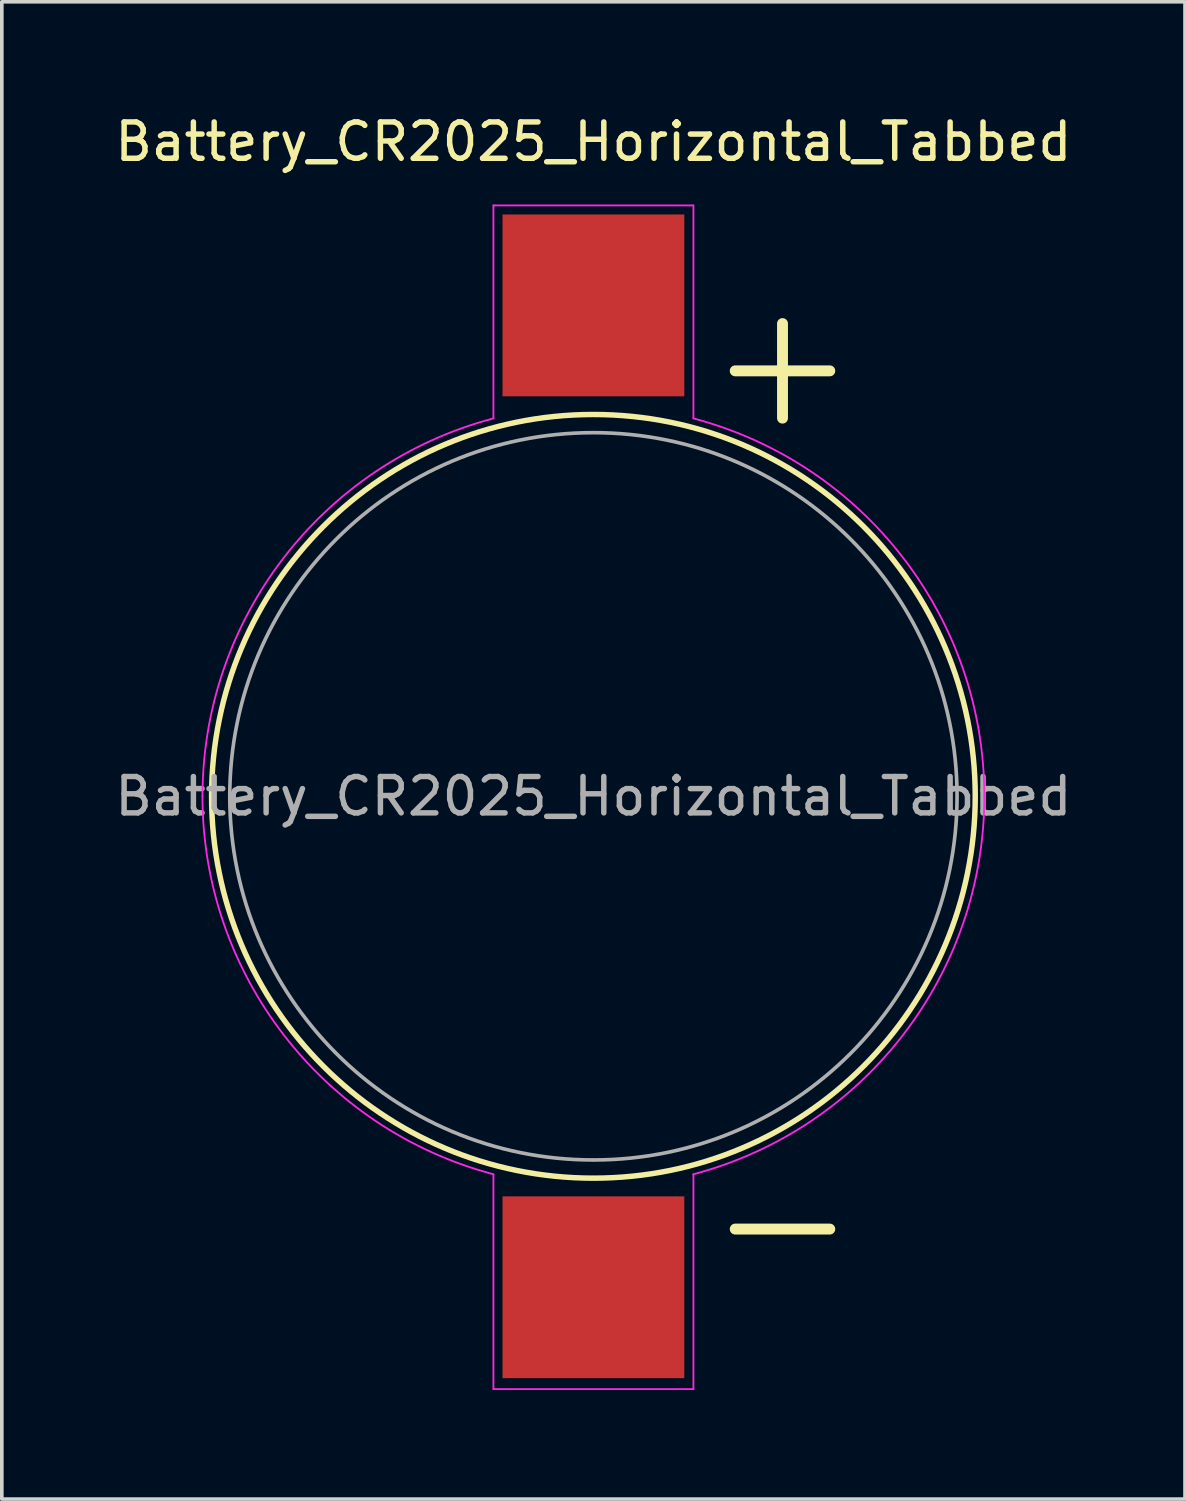
<source format=kicad_pcb>
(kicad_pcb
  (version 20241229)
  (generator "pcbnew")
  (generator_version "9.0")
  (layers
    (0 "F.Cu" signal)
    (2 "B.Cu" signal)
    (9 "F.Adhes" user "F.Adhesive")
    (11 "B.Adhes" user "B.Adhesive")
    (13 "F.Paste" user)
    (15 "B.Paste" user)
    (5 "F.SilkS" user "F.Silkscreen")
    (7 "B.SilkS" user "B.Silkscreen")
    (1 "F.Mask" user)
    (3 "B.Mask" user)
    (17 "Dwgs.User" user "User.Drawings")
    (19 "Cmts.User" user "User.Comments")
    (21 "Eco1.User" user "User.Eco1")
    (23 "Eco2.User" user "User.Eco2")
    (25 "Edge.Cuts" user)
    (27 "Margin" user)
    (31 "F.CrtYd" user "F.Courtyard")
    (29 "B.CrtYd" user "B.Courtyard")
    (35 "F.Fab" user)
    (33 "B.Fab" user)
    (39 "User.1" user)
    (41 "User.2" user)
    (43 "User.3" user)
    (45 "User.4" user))
  (footprint "Battery_CR2025_Horizontal_Tabbed"
    (layer "F.Cu")
    (at 13.268 18.848)
    (property "Reference" "Battery_CR2025_Horizontal_Tabbed" (at 0 -18 0) (layer "F.SilkS") (effects (font (size 1 1) (thickness 0.15))))
    (attr smd)
    (fp_line (start 3.9 -11.7) (end 6.5 -11.7) (stroke (width 0.3) (type solid)) (layer "F.SilkS"))
    (fp_line (start 3.9 11.9) (end 6.5 11.9) (stroke (width 0.3) (type solid)) (layer "F.SilkS"))
    (fp_line (start 5.2 -10.4) (end 5.2 -13) (stroke (width 0.3) (type solid)) (layer "F.SilkS"))
    (fp_circle (center 0 0) (end 10.5 0) (stroke (width 0.15) (type solid)) (fill no) (layer "F.SilkS"))
    (fp_line (start -2.75 -16.25) (end -2.75 -10.4) (stroke (width 0.05) (type solid)) (layer "F.CrtYd"))
    (fp_line (start -2.75 -16.25) (end 2.75 -16.25) (stroke (width 0.05) (type solid)) (layer "F.CrtYd"))
    (fp_line (start -2.75 10.4) (end -2.75 16.3) (stroke (width 0.05) (type solid)) (layer "F.CrtYd"))
    (fp_line (start -2.75 16.3) (end 2.75 16.3) (stroke (width 0.05) (type solid)) (layer "F.CrtYd"))
    (fp_line (start 2.75 -16.25) (end 2.75 -10.4) (stroke (width 0.05) (type solid)) (layer "F.CrtYd"))
    (fp_line (start 2.75 10.4) (end 2.75 16.3) (stroke (width 0.05) (type solid)) (layer "F.CrtYd"))
    (fp_arc (start -10.75 0) (mid -8.517114 -6.55906) (end -2.746042 -10.393351) (stroke (width 0.05) (type solid)) (layer "F.CrtYd"))
    (fp_arc (start -2.746042 10.393351) (mid -8.517113 6.55906) (end -10.75 0) (stroke (width 0.05) (type solid)) (layer "F.CrtYd"))
    (fp_arc (start 2.746042 -10.393351) (mid 8.517113 -6.55906) (end 10.75 0) (stroke (width 0.05) (type solid)) (layer "F.CrtYd"))
    (fp_arc (start 10.75 0) (mid 8.517114 6.55906) (end 2.746042 10.393351) (stroke (width 0.05) (type solid)) (layer "F.CrtYd"))
    (fp_circle (center 0 0) (end 10 0) (stroke (width 0.1) (type solid)) (fill no) (layer "F.Fab"))
    (fp_text user "${REFERENCE}" (at 0 0 0) (layer "F.Fab") (effects (font (size 1 1) (thickness 0.15))))
    (pad "1" smd rect (at 0 -13.5) (size 5 5) (layers "F.Cu" "F.Mask" "F.Paste"))
    (pad "2" smd rect (at 0 13.5) (size 5 5) (layers "F.Cu" "F.Mask" "F.Paste")))
  (gr_rect
    (start -3 -3)
    (end 29.536 38.173)
    (stroke (width 0.1) (type default))
    (fill no)
    (layer "Edge.Cuts")))
</source>
